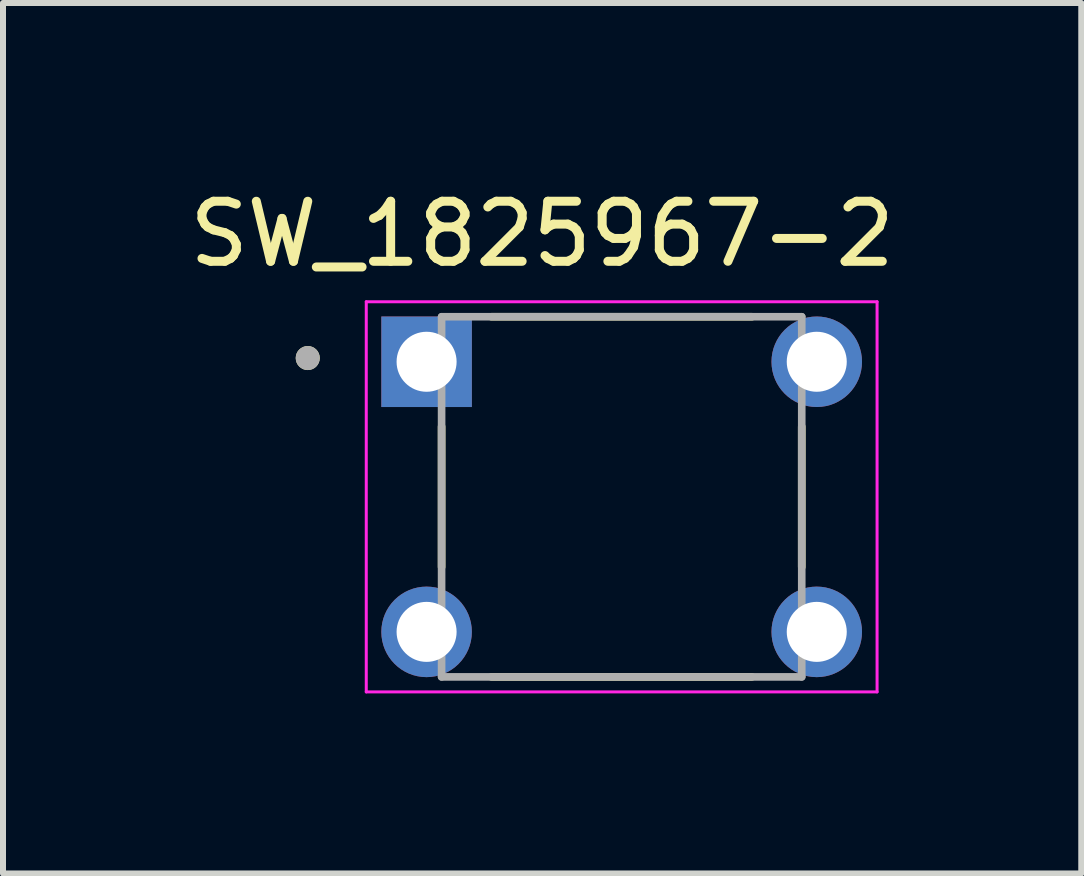
<source format=kicad_pcb>
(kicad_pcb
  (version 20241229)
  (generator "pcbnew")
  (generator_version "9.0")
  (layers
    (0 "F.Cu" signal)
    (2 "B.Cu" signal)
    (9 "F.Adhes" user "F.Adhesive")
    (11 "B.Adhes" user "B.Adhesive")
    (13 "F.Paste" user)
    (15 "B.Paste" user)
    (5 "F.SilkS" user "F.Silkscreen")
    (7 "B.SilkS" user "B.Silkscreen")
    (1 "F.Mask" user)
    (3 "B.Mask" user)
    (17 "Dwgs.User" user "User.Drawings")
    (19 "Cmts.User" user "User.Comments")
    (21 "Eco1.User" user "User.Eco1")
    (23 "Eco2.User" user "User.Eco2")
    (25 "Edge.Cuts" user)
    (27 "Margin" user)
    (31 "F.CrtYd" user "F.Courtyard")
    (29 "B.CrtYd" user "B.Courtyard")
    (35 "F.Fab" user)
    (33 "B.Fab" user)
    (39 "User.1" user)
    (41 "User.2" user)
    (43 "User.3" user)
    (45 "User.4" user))
  (footprint "SW_1825967-2"
    (layer "F.Cu")
    (at 7.307 5.227)
    (property "Reference" "SW_1825967-2" (at -1.325 -4.379 0) (layer "F.SilkS") (effects (font (size 1 1) (thickness 0.15))))
    (attr through_hole)
    (fp_line (start -3 1.17) (end -3 -1.17) (stroke (width 0.127) (type solid)) (layer "F.SilkS"))
    (fp_line (start -2.17 3) (end 2.17 3) (stroke (width 0.127) (type solid)) (layer "F.SilkS"))
    (fp_line (start 2.17 -3) (end -2.17 -3) (stroke (width 0.127) (type solid)) (layer "F.SilkS"))
    (fp_line (start 3 -1.17) (end 3 1.17) (stroke (width 0.127) (type solid)) (layer "F.SilkS"))
    (fp_circle (center -5.23 -2.312) (end -5.13 -2.312) (stroke (width 0.2) (type solid)) (fill no) (layer "F.SilkS"))
    (fp_line (start -4.255 -3.25) (end -4.255 3.25) (stroke (width 0.05) (type solid)) (layer "F.CrtYd"))
    (fp_line (start -4.255 3.25) (end 4.255 3.25) (stroke (width 0.05) (type solid)) (layer "F.CrtYd"))
    (fp_line (start 4.255 -3.25) (end -4.255 -3.25) (stroke (width 0.05) (type solid)) (layer "F.CrtYd"))
    (fp_line (start 4.255 3.25) (end 4.255 -3.25) (stroke (width 0.05) (type solid)) (layer "F.CrtYd"))
    (fp_line (start -3 -3) (end -3 3) (stroke (width 0.127) (type solid)) (layer "F.Fab"))
    (fp_line (start -3 3) (end 3 3) (stroke (width 0.127) (type solid)) (layer "F.Fab"))
    (fp_line (start 3 -3) (end -3 -3) (stroke (width 0.127) (type solid)) (layer "F.Fab"))
    (fp_line (start 3 3) (end 3 -3) (stroke (width 0.127) (type solid)) (layer "F.Fab"))
    (fp_circle (center -5.23 -2.312) (end -5.13 -2.312) (stroke (width 0.2) (type solid)) (fill no) (layer "F.Fab"))
    (pad "1" thru_hole rect (at -3.25 -2.25) (size 1.508 1.508) (drill 1) (layers "*.Cu" "*.Mask"))
    (pad "2" thru_hole circle (at 3.25 -2.25) (size 1.508 1.508) (drill 1) (layers "*.Cu" "*.Mask"))
    (pad "3" thru_hole circle (at -3.25 2.25) (size 1.508 1.508) (drill 1) (layers "*.Cu" "*.Mask"))
    (pad "4" thru_hole circle (at 3.25 2.25) (size 1.508 1.508) (drill 1) (layers "*.Cu" "*.Mask")))
  (gr_rect
    (start -3 -3)
    (end 14.964 11.502)
    (stroke (width 0.1) (type default))
    (fill no)
    (layer "Edge.Cuts")))
</source>
